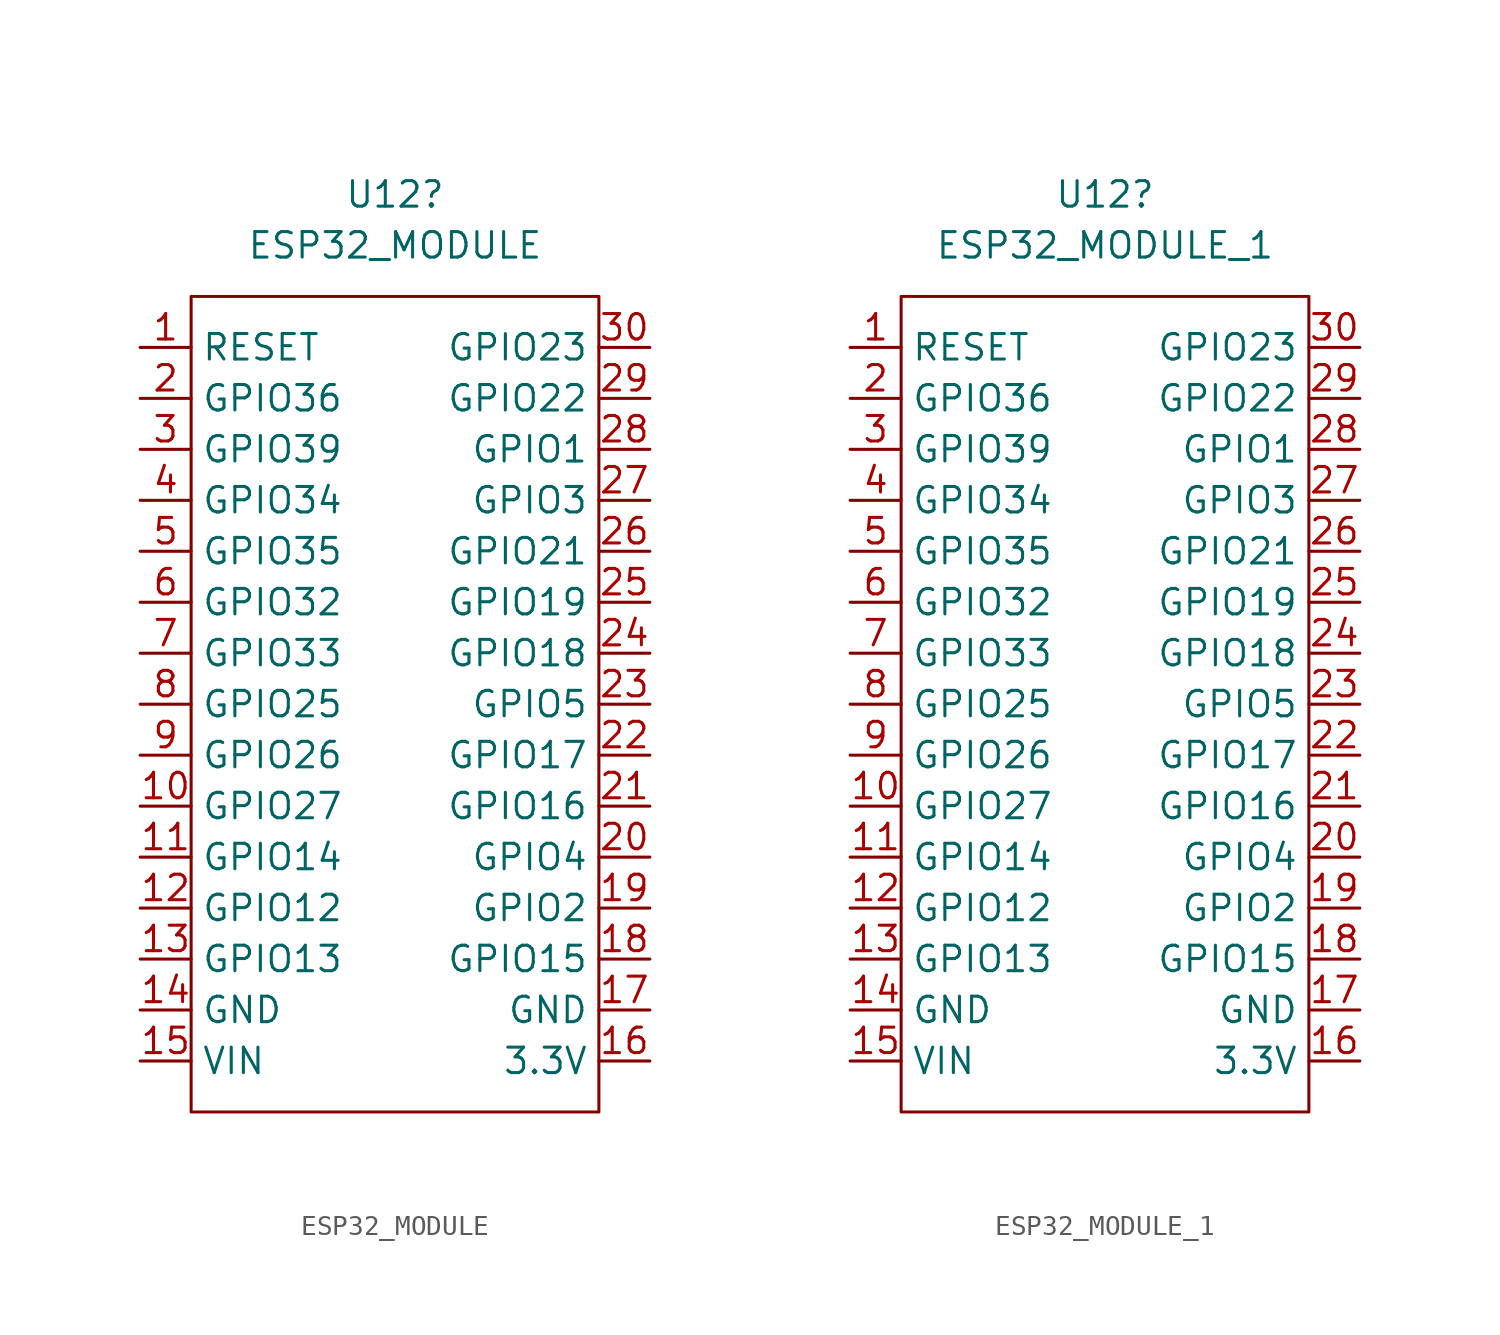
<source format=kicad_sym>
(kicad_symbol_lib
  (version 20211014)
  (generator kicad_symbol_editor)
  (symbol "ESP32_MODULE"
    (property "Reference" "U12"
      (at 0 2.54 0)
      (effects (font (size 1.27 1.27))))
    (property "Value" "ESP32_MODULE"
      (at 0 0 0)
      (effects (font (size 1.27 1.27))))
    (symbol "ESP32_MODULE_0_1"
      (rectangle (start -10.16 -2.54) (end 10.16 -43.18) (stroke (width 0.152) (type default) (color 0 0 0 0)) (fill (type none))))
    (symbol "ESP32_MODULE_1_1"
      (pin input line (at -12.7 -5.08 0) (length 2.54) (name "RESET" (effects (font (size 1.27 1.27)))) (number "1" (effects (font (size 1.27 1.27)))))
      (pin bidirectional line (at -12.7 -27.94 0) (length 2.54) (name "GPIO27" (effects (font (size 1.27 1.27)))) (number "10" (effects (font (size 1.27 1.27)))))
      (pin bidirectional line (at -12.7 -30.48 0) (length 2.54) (name "GPIO14" (effects (font (size 1.27 1.27)))) (number "11" (effects (font (size 1.27 1.27)))))
      (pin bidirectional line (at -12.7 -33.02 0) (length 2.54) (name "GPIO12" (effects (font (size 1.27 1.27)))) (number "12" (effects (font (size 1.27 1.27)))))
      (pin bidirectional line (at -12.7 -35.56 0) (length 2.54) (name "GPIO13" (effects (font (size 1.27 1.27)))) (number "13" (effects (font (size 1.27 1.27)))))
      (pin power_in line (at -12.7 -38.1 0) (length 2.54) (name "GND" (effects (font (size 1.27 1.27)))) (number "14" (effects (font (size 1.27 1.27)))))
      (pin power_in line (at -12.7 -40.64 0) (length 2.54) (name "VIN" (effects (font (size 1.27 1.27)))) (number "15" (effects (font (size 1.27 1.27)))))
      (pin power_in line (at 12.7 -40.64 180) (length 2.54) (name "3.3V" (effects (font (size 1.27 1.27)))) (number "16" (effects (font (size 1.27 1.27)))))
      (pin power_in line (at 12.7 -38.1 180) (length 2.54) (name "GND" (effects (font (size 1.27 1.27)))) (number "17" (effects (font (size 1.27 1.27)))))
      (pin bidirectional line (at 12.7 -35.56 180) (length 2.54) (name "GPIO15" (effects (font (size 1.27 1.27)))) (number "18" (effects (font (size 1.27 1.27)))))
      (pin bidirectional line (at 12.7 -33.02 180) (length 2.54) (name "GPIO2" (effects (font (size 1.27 1.27)))) (number "19" (effects (font (size 1.27 1.27)))))
      (pin bidirectional line (at -12.7 -7.62 0) (length 2.54) (name "GPIO36" (effects (font (size 1.27 1.27)))) (number "2" (effects (font (size 1.27 1.27)))))
      (pin bidirectional line (at 12.7 -30.48 180) (length 2.54) (name "GPIO4" (effects (font (size 1.27 1.27)))) (number "20" (effects (font (size 1.27 1.27)))))
      (pin bidirectional line (at 12.7 -27.94 180) (length 2.54) (name "GPIO16" (effects (font (size 1.27 1.27)))) (number "21" (effects (font (size 1.27 1.27)))))
      (pin bidirectional line (at 12.7 -25.4 180) (length 2.54) (name "GPIO17" (effects (font (size 1.27 1.27)))) (number "22" (effects (font (size 1.27 1.27)))))
      (pin bidirectional line (at 12.7 -22.86 180) (length 2.54) (name "GPIO5" (effects (font (size 1.27 1.27)))) (number "23" (effects (font (size 1.27 1.27)))))
      (pin bidirectional line (at 12.7 -20.32 180) (length 2.54) (name "GPIO18" (effects (font (size 1.27 1.27)))) (number "24" (effects (font (size 1.27 1.27)))))
      (pin bidirectional line (at 12.7 -17.78 180) (length 2.54) (name "GPIO19" (effects (font (size 1.27 1.27)))) (number "25" (effects (font (size 1.27 1.27)))))
      (pin bidirectional line (at 12.7 -15.24 180) (length 2.54) (name "GPIO21" (effects (font (size 1.27 1.27)))) (number "26" (effects (font (size 1.27 1.27)))))
      (pin bidirectional line (at 12.7 -12.7 180) (length 2.54) (name "GPIO3" (effects (font (size 1.27 1.27)))) (number "27" (effects (font (size 1.27 1.27)))))
      (pin bidirectional line (at 12.7 -10.16 180) (length 2.54) (name "GPIO1" (effects (font (size 1.27 1.27)))) (number "28" (effects (font (size 1.27 1.27)))))
      (pin bidirectional line (at 12.7 -7.62 180) (length 2.54) (name "GPIO22" (effects (font (size 1.27 1.27)))) (number "29" (effects (font (size 1.27 1.27)))))
      (pin bidirectional line (at -12.7 -10.16 0) (length 2.54) (name "GPIO39" (effects (font (size 1.27 1.27)))) (number "3" (effects (font (size 1.27 1.27)))))
      (pin bidirectional line (at 12.7 -5.08 180) (length 2.54) (name "GPIO23" (effects (font (size 1.27 1.27)))) (number "30" (effects (font (size 1.27 1.27)))))
      (pin bidirectional line (at -12.7 -12.7 0) (length 2.54) (name "GPIO34" (effects (font (size 1.27 1.27)))) (number "4" (effects (font (size 1.27 1.27)))))
      (pin bidirectional line (at -12.7 -15.24 0) (length 2.54) (name "GPIO35" (effects (font (size 1.27 1.27)))) (number "5" (effects (font (size 1.27 1.27)))))
      (pin bidirectional line (at -12.7 -17.78 0) (length 2.54) (name "GPIO32" (effects (font (size 1.27 1.27)))) (number "6" (effects (font (size 1.27 1.27)))))
      (pin bidirectional line (at -12.7 -20.32 0) (length 2.54) (name "GPIO33" (effects (font (size 1.27 1.27)))) (number "7" (effects (font (size 1.27 1.27)))))
      (pin bidirectional line (at -12.7 -22.86 0) (length 2.54) (name "GPIO25" (effects (font (size 1.27 1.27)))) (number "8" (effects (font (size 1.27 1.27)))))
      (pin bidirectional line (at -12.7 -25.4 0) (length 2.54) (name "GPIO26" (effects (font (size 1.27 1.27)))) (number "9" (effects (font (size 1.27 1.27)))))))
  (symbol "ESP32_MODULE_1"
    (property "Reference" "U12"
      (at 0 2.54 0)
      (effects (font (size 1.27 1.27))))
    (property "Value" "ESP32_MODULE_1"
      (at 0 0 0)
      (effects (font (size 1.27 1.27))))
    (symbol "ESP32_MODULE_1_0_1"
      (rectangle (start -10.16 -2.54) (end 10.16 -43.18) (stroke (width 0.152) (type default) (color 0 0 0 0)) (fill (type none))))
    (symbol "ESP32_MODULE_1_1_1"
      (pin input line (at -12.7 -5.08 0) (length 2.54) (name "RESET" (effects (font (size 1.27 1.27)))) (number "1" (effects (font (size 1.27 1.27)))))
      (pin bidirectional line (at -12.7 -27.94 0) (length 2.54) (name "GPIO27" (effects (font (size 1.27 1.27)))) (number "10" (effects (font (size 1.27 1.27)))))
      (pin bidirectional line (at -12.7 -30.48 0) (length 2.54) (name "GPIO14" (effects (font (size 1.27 1.27)))) (number "11" (effects (font (size 1.27 1.27)))))
      (pin bidirectional line (at -12.7 -33.02 0) (length 2.54) (name "GPIO12" (effects (font (size 1.27 1.27)))) (number "12" (effects (font (size 1.27 1.27)))))
      (pin bidirectional line (at -12.7 -35.56 0) (length 2.54) (name "GPIO13" (effects (font (size 1.27 1.27)))) (number "13" (effects (font (size 1.27 1.27)))))
      (pin power_in line (at -12.7 -38.1 0) (length 2.54) (name "GND" (effects (font (size 1.27 1.27)))) (number "14" (effects (font (size 1.27 1.27)))))
      (pin power_in line (at -12.7 -40.64 0) (length 2.54) (name "VIN" (effects (font (size 1.27 1.27)))) (number "15" (effects (font (size 1.27 1.27)))))
      (pin power_in line (at 12.7 -40.64 180) (length 2.54) (name "3.3V" (effects (font (size 1.27 1.27)))) (number "16" (effects (font (size 1.27 1.27)))))
      (pin power_in line (at 12.7 -38.1 180) (length 2.54) (name "GND" (effects (font (size 1.27 1.27)))) (number "17" (effects (font (size 1.27 1.27)))))
      (pin bidirectional line (at 12.7 -35.56 180) (length 2.54) (name "GPIO15" (effects (font (size 1.27 1.27)))) (number "18" (effects (font (size 1.27 1.27)))))
      (pin bidirectional line (at 12.7 -33.02 180) (length 2.54) (name "GPIO2" (effects (font (size 1.27 1.27)))) (number "19" (effects (font (size 1.27 1.27)))))
      (pin bidirectional line (at -12.7 -7.62 0) (length 2.54) (name "GPIO36" (effects (font (size 1.27 1.27)))) (number "2" (effects (font (size 1.27 1.27)))))
      (pin bidirectional line (at 12.7 -30.48 180) (length 2.54) (name "GPIO4" (effects (font (size 1.27 1.27)))) (number "20" (effects (font (size 1.27 1.27)))))
      (pin bidirectional line (at 12.7 -27.94 180) (length 2.54) (name "GPIO16" (effects (font (size 1.27 1.27)))) (number "21" (effects (font (size 1.27 1.27)))))
      (pin bidirectional line (at 12.7 -25.4 180) (length 2.54) (name "GPIO17" (effects (font (size 1.27 1.27)))) (number "22" (effects (font (size 1.27 1.27)))))
      (pin bidirectional line (at 12.7 -22.86 180) (length 2.54) (name "GPIO5" (effects (font (size 1.27 1.27)))) (number "23" (effects (font (size 1.27 1.27)))))
      (pin bidirectional line (at 12.7 -20.32 180) (length 2.54) (name "GPIO18" (effects (font (size 1.27 1.27)))) (number "24" (effects (font (size 1.27 1.27)))))
      (pin bidirectional line (at 12.7 -17.78 180) (length 2.54) (name "GPIO19" (effects (font (size 1.27 1.27)))) (number "25" (effects (font (size 1.27 1.27)))))
      (pin bidirectional line (at 12.7 -15.24 180) (length 2.54) (name "GPIO21" (effects (font (size 1.27 1.27)))) (number "26" (effects (font (size 1.27 1.27)))))
      (pin bidirectional line (at 12.7 -12.7 180) (length 2.54) (name "GPIO3" (effects (font (size 1.27 1.27)))) (number "27" (effects (font (size 1.27 1.27)))))
      (pin bidirectional line (at 12.7 -10.16 180) (length 2.54) (name "GPIO1" (effects (font (size 1.27 1.27)))) (number "28" (effects (font (size 1.27 1.27)))))
      (pin bidirectional line (at 12.7 -7.62 180) (length 2.54) (name "GPIO22" (effects (font (size 1.27 1.27)))) (number "29" (effects (font (size 1.27 1.27)))))
      (pin bidirectional line (at -12.7 -10.16 0) (length 2.54) (name "GPIO39" (effects (font (size 1.27 1.27)))) (number "3" (effects (font (size 1.27 1.27)))))
      (pin bidirectional line (at 12.7 -5.08 180) (length 2.54) (name "GPIO23" (effects (font (size 1.27 1.27)))) (number "30" (effects (font (size 1.27 1.27)))))
      (pin bidirectional line (at -12.7 -12.7 0) (length 2.54) (name "GPIO34" (effects (font (size 1.27 1.27)))) (number "4" (effects (font (size 1.27 1.27)))))
      (pin bidirectional line (at -12.7 -15.24 0) (length 2.54) (name "GPIO35" (effects (font (size 1.27 1.27)))) (number "5" (effects (font (size 1.27 1.27)))))
      (pin bidirectional line (at -12.7 -17.78 0) (length 2.54) (name "GPIO32" (effects (font (size 1.27 1.27)))) (number "6" (effects (font (size 1.27 1.27)))))
      (pin bidirectional line (at -12.7 -20.32 0) (length 2.54) (name "GPIO33" (effects (font (size 1.27 1.27)))) (number "7" (effects (font (size 1.27 1.27)))))
      (pin bidirectional line (at -12.7 -22.86 0) (length 2.54) (name "GPIO25" (effects (font (size 1.27 1.27)))) (number "8" (effects (font (size 1.27 1.27)))))
      (pin bidirectional line (at -12.7 -25.4 0) (length 2.54) (name "GPIO26" (effects (font (size 1.27 1.27)))) (number "9" (effects (font (size 1.27 1.27))))))))
</source>
